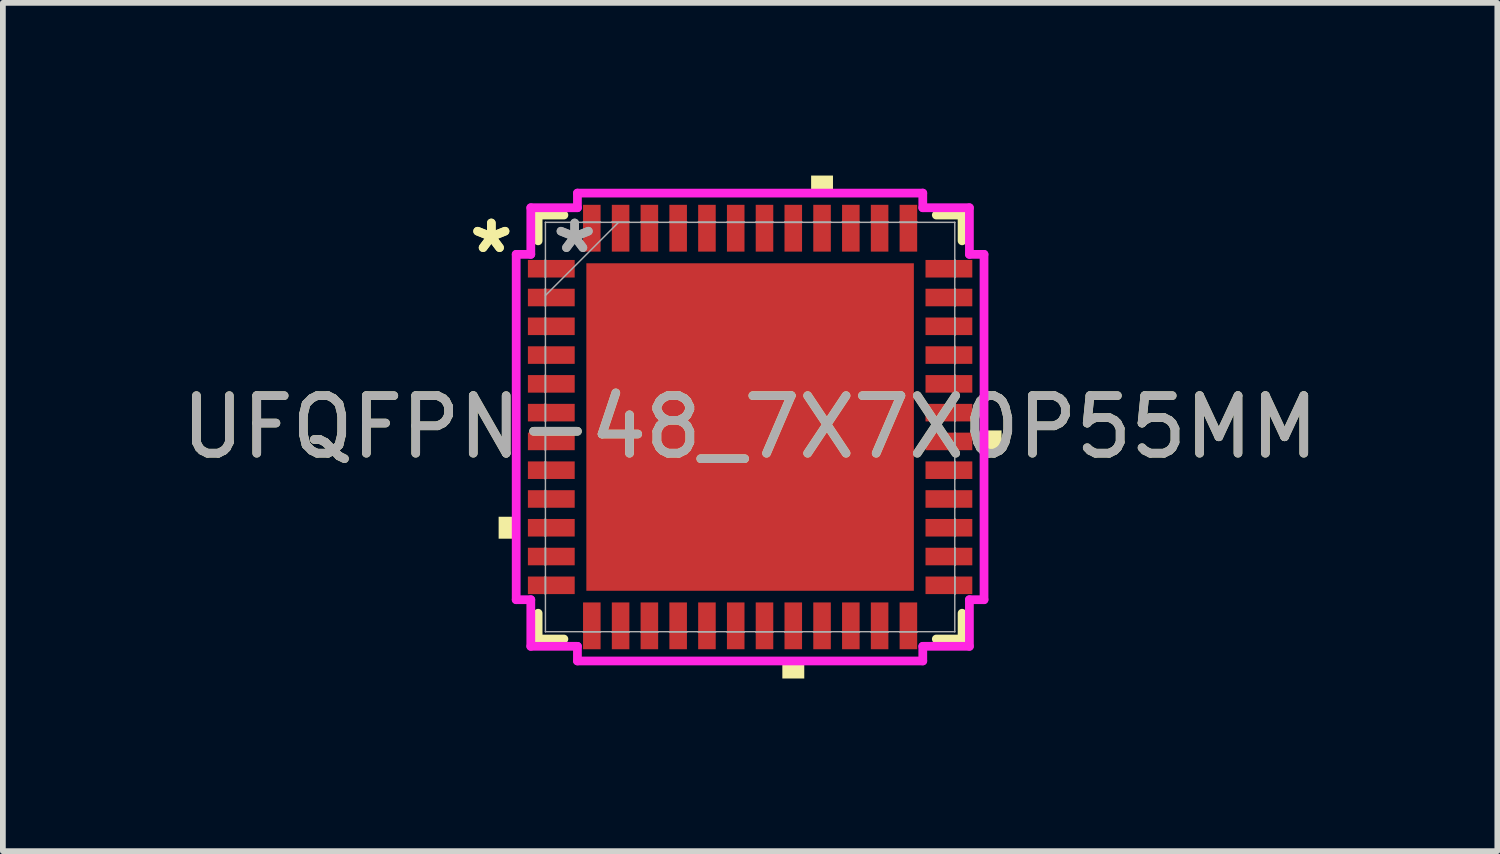
<source format=kicad_pcb>
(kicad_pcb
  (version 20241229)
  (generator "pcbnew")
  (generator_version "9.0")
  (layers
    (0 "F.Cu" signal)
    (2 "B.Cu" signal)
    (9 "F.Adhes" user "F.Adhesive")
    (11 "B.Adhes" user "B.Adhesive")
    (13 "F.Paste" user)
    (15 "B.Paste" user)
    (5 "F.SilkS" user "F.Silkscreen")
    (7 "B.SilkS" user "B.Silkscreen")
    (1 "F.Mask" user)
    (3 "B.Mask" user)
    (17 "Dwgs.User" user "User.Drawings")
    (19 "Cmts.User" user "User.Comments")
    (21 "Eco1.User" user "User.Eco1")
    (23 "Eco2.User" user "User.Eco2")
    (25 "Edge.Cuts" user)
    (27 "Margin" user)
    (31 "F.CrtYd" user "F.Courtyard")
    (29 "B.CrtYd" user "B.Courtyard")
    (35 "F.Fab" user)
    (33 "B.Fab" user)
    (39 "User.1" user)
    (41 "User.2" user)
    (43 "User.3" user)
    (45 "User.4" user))
  (footprint "UFQFPN-48_7X7X0P55MM"
    (layer "F.Cu")
    (at 9.982 4.369)
    (property "Reference" "UFQFPN-48_7X7X0P55MM" (at 0 0 0) (unlocked yes) (layer "F.SilkS") (effects (font (size 1 1) (thickness 0.15))))
    (attr smd)
    (fp_line (start -3.683 -3.683) (end -3.683 -3.235) (stroke (width 0.152) (type solid)) (layer "F.SilkS"))
    (fp_line (start -3.683 3.235) (end -3.683 3.683) (stroke (width 0.152) (type solid)) (layer "F.SilkS"))
    (fp_line (start -3.683 3.683) (end -3.235 3.683) (stroke (width 0.152) (type solid)) (layer "F.SilkS"))
    (fp_line (start -3.235 -3.683) (end -3.683 -3.683) (stroke (width 0.152) (type solid)) (layer "F.SilkS"))
    (fp_line (start 3.235 3.683) (end 3.683 3.683) (stroke (width 0.152) (type solid)) (layer "F.SilkS"))
    (fp_line (start 3.683 -3.683) (end 3.235 -3.683) (stroke (width 0.152) (type solid)) (layer "F.SilkS"))
    (fp_line (start 3.683 -3.235) (end 3.683 -3.683) (stroke (width 0.152) (type solid)) (layer "F.SilkS"))
    (fp_line (start 3.683 3.683) (end 3.683 3.235) (stroke (width 0.152) (type solid)) (layer "F.SilkS"))
    (fp_poly (pts (xy -4.369 1.559) (xy -4.369 1.94) (xy -4.115 1.94) (xy -4.115 1.559)) (stroke (width 0) (type solid)) (fill yes) (layer "F.SilkS"))
    (fp_poly (pts (xy 0.56 4.115) (xy 0.56 4.369) (xy 0.941 4.369) (xy 0.941 4.115)) (stroke (width 0) (type solid)) (fill yes) (layer "F.SilkS"))
    (fp_poly (pts (xy 1.06 -4.115) (xy 1.06 -4.369) (xy 1.44 -4.369) (xy 1.44 -4.115)) (stroke (width 0) (type solid)) (fill yes) (layer "F.SilkS"))
    (fp_poly (pts (xy 4.369 0.059) (xy 4.369 0.441) (xy 4.115 0.441) (xy 4.115 0.059)) (stroke (width 0) (type solid)) (fill yes) (layer "F.SilkS"))
    (fp_poly (pts (xy -2.745 -2.745) (xy -2.745 -1.522) (xy -1.522 -1.522) (xy -1.522 -2.745)) (stroke (width 0) (type solid)) (fill yes) (layer "F.Paste"))
    (fp_poly (pts (xy -2.745 -1.322) (xy -2.745 -0.1) (xy -1.522 -0.1) (xy -1.522 -1.322)) (stroke (width 0) (type solid)) (fill yes) (layer "F.Paste"))
    (fp_poly (pts (xy -2.745 0.1) (xy -2.745 1.322) (xy -1.522 1.322) (xy -1.522 0.1)) (stroke (width 0) (type solid)) (fill yes) (layer "F.Paste"))
    (fp_poly (pts (xy -2.745 1.522) (xy -2.745 2.745) (xy -1.522 2.745) (xy -1.522 1.522)) (stroke (width 0) (type solid)) (fill yes) (layer "F.Paste"))
    (fp_poly (pts (xy -1.322 -2.745) (xy -1.322 -1.522) (xy -0.1 -1.522) (xy -0.1 -2.745)) (stroke (width 0) (type solid)) (fill yes) (layer "F.Paste"))
    (fp_poly (pts (xy -1.322 -1.322) (xy -1.322 -0.1) (xy -0.1 -0.1) (xy -0.1 -1.322)) (stroke (width 0) (type solid)) (fill yes) (layer "F.Paste"))
    (fp_poly (pts (xy -1.322 0.1) (xy -1.322 1.322) (xy -0.1 1.322) (xy -0.1 0.1)) (stroke (width 0) (type solid)) (fill yes) (layer "F.Paste"))
    (fp_poly (pts (xy -1.322 1.522) (xy -1.322 2.745) (xy -0.1 2.745) (xy -0.1 1.522)) (stroke (width 0) (type solid)) (fill yes) (layer "F.Paste"))
    (fp_poly (pts (xy 0.1 -2.745) (xy 0.1 -1.522) (xy 1.322 -1.522) (xy 1.322 -2.745)) (stroke (width 0) (type solid)) (fill yes) (layer "F.Paste"))
    (fp_poly (pts (xy 0.1 -1.322) (xy 0.1 -0.1) (xy 1.322 -0.1) (xy 1.322 -1.322)) (stroke (width 0) (type solid)) (fill yes) (layer "F.Paste"))
    (fp_poly (pts (xy 0.1 0.1) (xy 0.1 1.322) (xy 1.322 1.322) (xy 1.322 0.1)) (stroke (width 0) (type solid)) (fill yes) (layer "F.Paste"))
    (fp_poly (pts (xy 0.1 1.522) (xy 0.1 2.745) (xy 1.322 2.745) (xy 1.322 1.522)) (stroke (width 0) (type solid)) (fill yes) (layer "F.Paste"))
    (fp_poly (pts (xy 1.522 -2.745) (xy 1.522 -1.522) (xy 2.745 -1.522) (xy 2.745 -2.745)) (stroke (width 0) (type solid)) (fill yes) (layer "F.Paste"))
    (fp_poly (pts (xy 1.522 -1.322) (xy 1.522 -0.1) (xy 2.745 -0.1) (xy 2.745 -1.322)) (stroke (width 0) (type solid)) (fill yes) (layer "F.Paste"))
    (fp_poly (pts (xy 1.522 0.1) (xy 1.522 1.322) (xy 2.745 1.322) (xy 2.745 0.1)) (stroke (width 0) (type solid)) (fill yes) (layer "F.Paste"))
    (fp_poly (pts (xy 1.522 1.522) (xy 1.522 2.745) (xy 2.745 2.745) (xy 2.745 1.522)) (stroke (width 0) (type solid)) (fill yes) (layer "F.Paste"))
    (fp_line (start -4.064 -3) (end -3.81 -3) (stroke (width 0.152) (type solid)) (layer "F.CrtYd"))
    (fp_line (start -4.064 3) (end -4.064 -3) (stroke (width 0.152) (type solid)) (layer "F.CrtYd"))
    (fp_line (start -3.81 -3.81) (end -3 -3.81) (stroke (width 0.152) (type solid)) (layer "F.CrtYd"))
    (fp_line (start -3.81 -3) (end -3.81 -3.81) (stroke (width 0.152) (type solid)) (layer "F.CrtYd"))
    (fp_line (start -3.81 3) (end -4.064 3) (stroke (width 0.152) (type solid)) (layer "F.CrtYd"))
    (fp_line (start -3.81 3.81) (end -3.81 3) (stroke (width 0.152) (type solid)) (layer "F.CrtYd"))
    (fp_line (start -3 -4.064) (end 3 -4.064) (stroke (width 0.152) (type solid)) (layer "F.CrtYd"))
    (fp_line (start -3 -3.81) (end -3 -4.064) (stroke (width 0.152) (type solid)) (layer "F.CrtYd"))
    (fp_line (start -3 3.81) (end -3.81 3.81) (stroke (width 0.152) (type solid)) (layer "F.CrtYd"))
    (fp_line (start -3 4.064) (end -3 3.81) (stroke (width 0.152) (type solid)) (layer "F.CrtYd"))
    (fp_line (start 3 -4.064) (end 3 -3.81) (stroke (width 0.152) (type solid)) (layer "F.CrtYd"))
    (fp_line (start 3 -3.81) (end 3.81 -3.81) (stroke (width 0.152) (type solid)) (layer "F.CrtYd"))
    (fp_line (start 3 3.81) (end 3 4.064) (stroke (width 0.152) (type solid)) (layer "F.CrtYd"))
    (fp_line (start 3 4.064) (end -3 4.064) (stroke (width 0.152) (type solid)) (layer "F.CrtYd"))
    (fp_line (start 3.81 -3.81) (end 3.81 -3) (stroke (width 0.152) (type solid)) (layer "F.CrtYd"))
    (fp_line (start 3.81 -3) (end 4.064 -3) (stroke (width 0.152) (type solid)) (layer "F.CrtYd"))
    (fp_line (start 3.81 3) (end 3.81 3.81) (stroke (width 0.152) (type solid)) (layer "F.CrtYd"))
    (fp_line (start 3.81 3.81) (end 3 3.81) (stroke (width 0.152) (type solid)) (layer "F.CrtYd"))
    (fp_line (start 4.064 -3) (end 4.064 3) (stroke (width 0.152) (type solid)) (layer "F.CrtYd"))
    (fp_line (start 4.064 3) (end 3.81 3) (stroke (width 0.152) (type solid)) (layer "F.CrtYd"))
    (fp_line (start -3.556 -3.556) (end -3.556 -3.556) (stroke (width 0.025) (type solid)) (layer "F.Fab"))
    (fp_line (start -3.556 -3.556) (end -3.556 3.556) (stroke (width 0.025) (type solid)) (layer "F.Fab"))
    (fp_line (start -3.556 -2.902) (end -3.556 -2.902) (stroke (width 0.025) (type solid)) (layer "F.Fab"))
    (fp_line (start -3.556 -2.902) (end -3.556 -2.598) (stroke (width 0.025) (type solid)) (layer "F.Fab"))
    (fp_line (start -3.556 -2.598) (end -3.556 -2.902) (stroke (width 0.025) (type solid)) (layer "F.Fab"))
    (fp_line (start -3.556 -2.598) (end -3.556 -2.598) (stroke (width 0.025) (type solid)) (layer "F.Fab"))
    (fp_line (start -3.556 -2.402) (end -3.556 -2.402) (stroke (width 0.025) (type solid)) (layer "F.Fab"))
    (fp_line (start -3.556 -2.402) (end -3.556 -2.098) (stroke (width 0.025) (type solid)) (layer "F.Fab"))
    (fp_line (start -3.556 -2.286) (end -2.286 -3.556) (stroke (width 0.025) (type solid)) (layer "F.Fab"))
    (fp_line (start -3.556 -2.098) (end -3.556 -2.402) (stroke (width 0.025) (type solid)) (layer "F.Fab"))
    (fp_line (start -3.556 -2.098) (end -3.556 -2.098) (stroke (width 0.025) (type solid)) (layer "F.Fab"))
    (fp_line (start -3.556 -1.902) (end -3.556 -1.902) (stroke (width 0.025) (type solid)) (layer "F.Fab"))
    (fp_line (start -3.556 -1.902) (end -3.556 -1.598) (stroke (width 0.025) (type solid)) (layer "F.Fab"))
    (fp_line (start -3.556 -1.598) (end -3.556 -1.902) (stroke (width 0.025) (type solid)) (layer "F.Fab"))
    (fp_line (start -3.556 -1.598) (end -3.556 -1.598) (stroke (width 0.025) (type solid)) (layer "F.Fab"))
    (fp_line (start -3.556 -1.402) (end -3.556 -1.402) (stroke (width 0.025) (type solid)) (layer "F.Fab"))
    (fp_line (start -3.556 -1.402) (end -3.556 -1.098) (stroke (width 0.025) (type solid)) (layer "F.Fab"))
    (fp_line (start -3.556 -1.098) (end -3.556 -1.402) (stroke (width 0.025) (type solid)) (layer "F.Fab"))
    (fp_line (start -3.556 -1.098) (end -3.556 -1.098) (stroke (width 0.025) (type solid)) (layer "F.Fab"))
    (fp_line (start -3.556 -0.902) (end -3.556 -0.902) (stroke (width 0.025) (type solid)) (layer "F.Fab"))
    (fp_line (start -3.556 -0.902) (end -3.556 -0.598) (stroke (width 0.025) (type solid)) (layer "F.Fab"))
    (fp_line (start -3.556 -0.598) (end -3.556 -0.902) (stroke (width 0.025) (type solid)) (layer "F.Fab"))
    (fp_line (start -3.556 -0.598) (end -3.556 -0.598) (stroke (width 0.025) (type solid)) (layer "F.Fab"))
    (fp_line (start -3.556 -0.402) (end -3.556 -0.402) (stroke (width 0.025) (type solid)) (layer "F.Fab"))
    (fp_line (start -3.556 -0.402) (end -3.556 -0.098) (stroke (width 0.025) (type solid)) (layer "F.Fab"))
    (fp_line (start -3.556 -0.098) (end -3.556 -0.402) (stroke (width 0.025) (type solid)) (layer "F.Fab"))
    (fp_line (start -3.556 -0.098) (end -3.556 -0.098) (stroke (width 0.025) (type solid)) (layer "F.Fab"))
    (fp_line (start -3.556 0.098) (end -3.556 0.098) (stroke (width 0.025) (type solid)) (layer "F.Fab"))
    (fp_line (start -3.556 0.098) (end -3.556 0.402) (stroke (width 0.025) (type solid)) (layer "F.Fab"))
    (fp_line (start -3.556 0.402) (end -3.556 0.098) (stroke (width 0.025) (type solid)) (layer "F.Fab"))
    (fp_line (start -3.556 0.402) (end -3.556 0.402) (stroke (width 0.025) (type solid)) (layer "F.Fab"))
    (fp_line (start -3.556 0.598) (end -3.556 0.598) (stroke (width 0.025) (type solid)) (layer "F.Fab"))
    (fp_line (start -3.556 0.598) (end -3.556 0.902) (stroke (width 0.025) (type solid)) (layer "F.Fab"))
    (fp_line (start -3.556 0.902) (end -3.556 0.598) (stroke (width 0.025) (type solid)) (layer "F.Fab"))
    (fp_line (start -3.556 0.902) (end -3.556 0.902) (stroke (width 0.025) (type solid)) (layer "F.Fab"))
    (fp_line (start -3.556 1.098) (end -3.556 1.098) (stroke (width 0.025) (type solid)) (layer "F.Fab"))
    (fp_line (start -3.556 1.098) (end -3.556 1.402) (stroke (width 0.025) (type solid)) (layer "F.Fab"))
    (fp_line (start -3.556 1.402) (end -3.556 1.098) (stroke (width 0.025) (type solid)) (layer "F.Fab"))
    (fp_line (start -3.556 1.402) (end -3.556 1.402) (stroke (width 0.025) (type solid)) (layer "F.Fab"))
    (fp_line (start -3.556 1.598) (end -3.556 1.598) (stroke (width 0.025) (type solid)) (layer "F.Fab"))
    (fp_line (start -3.556 1.598) (end -3.556 1.902) (stroke (width 0.025) (type solid)) (layer "F.Fab"))
    (fp_line (start -3.556 1.902) (end -3.556 1.598) (stroke (width 0.025) (type solid)) (layer "F.Fab"))
    (fp_line (start -3.556 1.902) (end -3.556 1.902) (stroke (width 0.025) (type solid)) (layer "F.Fab"))
    (fp_line (start -3.556 2.098) (end -3.556 2.098) (stroke (width 0.025) (type solid)) (layer "F.Fab"))
    (fp_line (start -3.556 2.098) (end -3.556 2.402) (stroke (width 0.025) (type solid)) (layer "F.Fab"))
    (fp_line (start -3.556 2.402) (end -3.556 2.098) (stroke (width 0.025) (type solid)) (layer "F.Fab"))
    (fp_line (start -3.556 2.402) (end -3.556 2.402) (stroke (width 0.025) (type solid)) (layer "F.Fab"))
    (fp_line (start -3.556 2.598) (end -3.556 2.598) (stroke (width 0.025) (type solid)) (layer "F.Fab"))
    (fp_line (start -3.556 2.598) (end -3.556 2.902) (stroke (width 0.025) (type solid)) (layer "F.Fab"))
    (fp_line (start -3.556 2.902) (end -3.556 2.598) (stroke (width 0.025) (type solid)) (layer "F.Fab"))
    (fp_line (start -3.556 2.902) (end -3.556 2.902) (stroke (width 0.025) (type solid)) (layer "F.Fab"))
    (fp_line (start -3.556 3.556) (end -3.556 3.556) (stroke (width 0.025) (type solid)) (layer "F.Fab"))
    (fp_line (start -3.556 3.556) (end 3.556 3.556) (stroke (width 0.025) (type solid)) (layer "F.Fab"))
    (fp_line (start -2.902 -3.556) (end -2.902 -3.556) (stroke (width 0.025) (type solid)) (layer "F.Fab"))
    (fp_line (start -2.902 -3.556) (end -2.598 -3.556) (stroke (width 0.025) (type solid)) (layer "F.Fab"))
    (fp_line (start -2.902 3.556) (end -2.902 3.556) (stroke (width 0.025) (type solid)) (layer "F.Fab"))
    (fp_line (start -2.902 3.556) (end -2.598 3.556) (stroke (width 0.025) (type solid)) (layer "F.Fab"))
    (fp_line (start -2.598 -3.556) (end -2.902 -3.556) (stroke (width 0.025) (type solid)) (layer "F.Fab"))
    (fp_line (start -2.598 -3.556) (end -2.598 -3.556) (stroke (width 0.025) (type solid)) (layer "F.Fab"))
    (fp_line (start -2.598 3.556) (end -2.902 3.556) (stroke (width 0.025) (type solid)) (layer "F.Fab"))
    (fp_line (start -2.598 3.556) (end -2.598 3.556) (stroke (width 0.025) (type solid)) (layer "F.Fab"))
    (fp_line (start -2.402 -3.556) (end -2.402 -3.556) (stroke (width 0.025) (type solid)) (layer "F.Fab"))
    (fp_line (start -2.402 -3.556) (end -2.098 -3.556) (stroke (width 0.025) (type solid)) (layer "F.Fab"))
    (fp_line (start -2.402 3.556) (end -2.402 3.556) (stroke (width 0.025) (type solid)) (layer "F.Fab"))
    (fp_line (start -2.402 3.556) (end -2.098 3.556) (stroke (width 0.025) (type solid)) (layer "F.Fab"))
    (fp_line (start -2.098 -3.556) (end -2.402 -3.556) (stroke (width 0.025) (type solid)) (layer "F.Fab"))
    (fp_line (start -2.098 -3.556) (end -2.098 -3.556) (stroke (width 0.025) (type solid)) (layer "F.Fab"))
    (fp_line (start -2.098 3.556) (end -2.402 3.556) (stroke (width 0.025) (type solid)) (layer "F.Fab"))
    (fp_line (start -2.098 3.556) (end -2.098 3.556) (stroke (width 0.025) (type solid)) (layer "F.Fab"))
    (fp_line (start -1.902 -3.556) (end -1.902 -3.556) (stroke (width 0.025) (type solid)) (layer "F.Fab"))
    (fp_line (start -1.902 -3.556) (end -1.598 -3.556) (stroke (width 0.025) (type solid)) (layer "F.Fab"))
    (fp_line (start -1.902 3.556) (end -1.902 3.556) (stroke (width 0.025) (type solid)) (layer "F.Fab"))
    (fp_line (start -1.902 3.556) (end -1.598 3.556) (stroke (width 0.025) (type solid)) (layer "F.Fab"))
    (fp_line (start -1.598 -3.556) (end -1.902 -3.556) (stroke (width 0.025) (type solid)) (layer "F.Fab"))
    (fp_line (start -1.598 -3.556) (end -1.598 -3.556) (stroke (width 0.025) (type solid)) (layer "F.Fab"))
    (fp_line (start -1.598 3.556) (end -1.902 3.556) (stroke (width 0.025) (type solid)) (layer "F.Fab"))
    (fp_line (start -1.598 3.556) (end -1.598 3.556) (stroke (width 0.025) (type solid)) (layer "F.Fab"))
    (fp_line (start -1.402 -3.556) (end -1.402 -3.556) (stroke (width 0.025) (type solid)) (layer "F.Fab"))
    (fp_line (start -1.402 -3.556) (end -1.098 -3.556) (stroke (width 0.025) (type solid)) (layer "F.Fab"))
    (fp_line (start -1.402 3.556) (end -1.402 3.556) (stroke (width 0.025) (type solid)) (layer "F.Fab"))
    (fp_line (start -1.402 3.556) (end -1.098 3.556) (stroke (width 0.025) (type solid)) (layer "F.Fab"))
    (fp_line (start -1.098 -3.556) (end -1.402 -3.556) (stroke (width 0.025) (type solid)) (layer "F.Fab"))
    (fp_line (start -1.098 -3.556) (end -1.098 -3.556) (stroke (width 0.025) (type solid)) (layer "F.Fab"))
    (fp_line (start -1.098 3.556) (end -1.402 3.556) (stroke (width 0.025) (type solid)) (layer "F.Fab"))
    (fp_line (start -1.098 3.556) (end -1.098 3.556) (stroke (width 0.025) (type solid)) (layer "F.Fab"))
    (fp_line (start -0.902 -3.556) (end -0.902 -3.556) (stroke (width 0.025) (type solid)) (layer "F.Fab"))
    (fp_line (start -0.902 -3.556) (end -0.598 -3.556) (stroke (width 0.025) (type solid)) (layer "F.Fab"))
    (fp_line (start -0.902 3.556) (end -0.902 3.556) (stroke (width 0.025) (type solid)) (layer "F.Fab"))
    (fp_line (start -0.902 3.556) (end -0.598 3.556) (stroke (width 0.025) (type solid)) (layer "F.Fab"))
    (fp_line (start -0.598 -3.556) (end -0.902 -3.556) (stroke (width 0.025) (type solid)) (layer "F.Fab"))
    (fp_line (start -0.598 -3.556) (end -0.598 -3.556) (stroke (width 0.025) (type solid)) (layer "F.Fab"))
    (fp_line (start -0.598 3.556) (end -0.902 3.556) (stroke (width 0.025) (type solid)) (layer "F.Fab"))
    (fp_line (start -0.598 3.556) (end -0.598 3.556) (stroke (width 0.025) (type solid)) (layer "F.Fab"))
    (fp_line (start -0.402 -3.556) (end -0.402 -3.556) (stroke (width 0.025) (type solid)) (layer "F.Fab"))
    (fp_line (start -0.402 -3.556) (end -0.098 -3.556) (stroke (width 0.025) (type solid)) (layer "F.Fab"))
    (fp_line (start -0.402 3.556) (end -0.402 3.556) (stroke (width 0.025) (type solid)) (layer "F.Fab"))
    (fp_line (start -0.402 3.556) (end -0.098 3.556) (stroke (width 0.025) (type solid)) (layer "F.Fab"))
    (fp_line (start -0.098 -3.556) (end -0.402 -3.556) (stroke (width 0.025) (type solid)) (layer "F.Fab"))
    (fp_line (start -0.098 -3.556) (end -0.098 -3.556) (stroke (width 0.025) (type solid)) (layer "F.Fab"))
    (fp_line (start -0.098 3.556) (end -0.402 3.556) (stroke (width 0.025) (type solid)) (layer "F.Fab"))
    (fp_line (start -0.098 3.556) (end -0.098 3.556) (stroke (width 0.025) (type solid)) (layer "F.Fab"))
    (fp_line (start 0.098 -3.556) (end 0.098 -3.556) (stroke (width 0.025) (type solid)) (layer "F.Fab"))
    (fp_line (start 0.098 -3.556) (end 0.402 -3.556) (stroke (width 0.025) (type solid)) (layer "F.Fab"))
    (fp_line (start 0.098 3.556) (end 0.098 3.556) (stroke (width 0.025) (type solid)) (layer "F.Fab"))
    (fp_line (start 0.098 3.556) (end 0.402 3.556) (stroke (width 0.025) (type solid)) (layer "F.Fab"))
    (fp_line (start 0.402 -3.556) (end 0.098 -3.556) (stroke (width 0.025) (type solid)) (layer "F.Fab"))
    (fp_line (start 0.402 -3.556) (end 0.402 -3.556) (stroke (width 0.025) (type solid)) (layer "F.Fab"))
    (fp_line (start 0.402 3.556) (end 0.098 3.556) (stroke (width 0.025) (type solid)) (layer "F.Fab"))
    (fp_line (start 0.402 3.556) (end 0.402 3.556) (stroke (width 0.025) (type solid)) (layer "F.Fab"))
    (fp_line (start 0.598 -3.556) (end 0.598 -3.556) (stroke (width 0.025) (type solid)) (layer "F.Fab"))
    (fp_line (start 0.598 -3.556) (end 0.902 -3.556) (stroke (width 0.025) (type solid)) (layer "F.Fab"))
    (fp_line (start 0.598 3.556) (end 0.598 3.556) (stroke (width 0.025) (type solid)) (layer "F.Fab"))
    (fp_line (start 0.598 3.556) (end 0.902 3.556) (stroke (width 0.025) (type solid)) (layer "F.Fab"))
    (fp_line (start 0.902 -3.556) (end 0.598 -3.556) (stroke (width 0.025) (type solid)) (layer "F.Fab"))
    (fp_line (start 0.902 -3.556) (end 0.902 -3.556) (stroke (width 0.025) (type solid)) (layer "F.Fab"))
    (fp_line (start 0.902 3.556) (end 0.598 3.556) (stroke (width 0.025) (type solid)) (layer "F.Fab"))
    (fp_line (start 0.902 3.556) (end 0.902 3.556) (stroke (width 0.025) (type solid)) (layer "F.Fab"))
    (fp_line (start 1.098 -3.556) (end 1.098 -3.556) (stroke (width 0.025) (type solid)) (layer "F.Fab"))
    (fp_line (start 1.098 -3.556) (end 1.402 -3.556) (stroke (width 0.025) (type solid)) (layer "F.Fab"))
    (fp_line (start 1.098 3.556) (end 1.098 3.556) (stroke (width 0.025) (type solid)) (layer "F.Fab"))
    (fp_line (start 1.098 3.556) (end 1.402 3.556) (stroke (width 0.025) (type solid)) (layer "F.Fab"))
    (fp_line (start 1.402 -3.556) (end 1.098 -3.556) (stroke (width 0.025) (type solid)) (layer "F.Fab"))
    (fp_line (start 1.402 -3.556) (end 1.402 -3.556) (stroke (width 0.025) (type solid)) (layer "F.Fab"))
    (fp_line (start 1.402 3.556) (end 1.098 3.556) (stroke (width 0.025) (type solid)) (layer "F.Fab"))
    (fp_line (start 1.402 3.556) (end 1.402 3.556) (stroke (width 0.025) (type solid)) (layer "F.Fab"))
    (fp_line (start 1.598 -3.556) (end 1.598 -3.556) (stroke (width 0.025) (type solid)) (layer "F.Fab"))
    (fp_line (start 1.598 -3.556) (end 1.902 -3.556) (stroke (width 0.025) (type solid)) (layer "F.Fab"))
    (fp_line (start 1.598 3.556) (end 1.598 3.556) (stroke (width 0.025) (type solid)) (layer "F.Fab"))
    (fp_line (start 1.598 3.556) (end 1.902 3.556) (stroke (width 0.025) (type solid)) (layer "F.Fab"))
    (fp_line (start 1.902 -3.556) (end 1.598 -3.556) (stroke (width 0.025) (type solid)) (layer "F.Fab"))
    (fp_line (start 1.902 -3.556) (end 1.902 -3.556) (stroke (width 0.025) (type solid)) (layer "F.Fab"))
    (fp_line (start 1.902 3.556) (end 1.598 3.556) (stroke (width 0.025) (type solid)) (layer "F.Fab"))
    (fp_line (start 1.902 3.556) (end 1.902 3.556) (stroke (width 0.025) (type solid)) (layer "F.Fab"))
    (fp_line (start 2.098 -3.556) (end 2.098 -3.556) (stroke (width 0.025) (type solid)) (layer "F.Fab"))
    (fp_line (start 2.098 -3.556) (end 2.402 -3.556) (stroke (width 0.025) (type solid)) (layer "F.Fab"))
    (fp_line (start 2.098 3.556) (end 2.098 3.556) (stroke (width 0.025) (type solid)) (layer "F.Fab"))
    (fp_line (start 2.098 3.556) (end 2.402 3.556) (stroke (width 0.025) (type solid)) (layer "F.Fab"))
    (fp_line (start 2.402 -3.556) (end 2.098 -3.556) (stroke (width 0.025) (type solid)) (layer "F.Fab"))
    (fp_line (start 2.402 -3.556) (end 2.402 -3.556) (stroke (width 0.025) (type solid)) (layer "F.Fab"))
    (fp_line (start 2.402 3.556) (end 2.098 3.556) (stroke (width 0.025) (type solid)) (layer "F.Fab"))
    (fp_line (start 2.402 3.556) (end 2.402 3.556) (stroke (width 0.025) (type solid)) (layer "F.Fab"))
    (fp_line (start 2.598 -3.556) (end 2.598 -3.556) (stroke (width 0.025) (type solid)) (layer "F.Fab"))
    (fp_line (start 2.598 -3.556) (end 2.902 -3.556) (stroke (width 0.025) (type solid)) (layer "F.Fab"))
    (fp_line (start 2.598 3.556) (end 2.598 3.556) (stroke (width 0.025) (type solid)) (layer "F.Fab"))
    (fp_line (start 2.598 3.556) (end 2.902 3.556) (stroke (width 0.025) (type solid)) (layer "F.Fab"))
    (fp_line (start 2.902 -3.556) (end 2.598 -3.556) (stroke (width 0.025) (type solid)) (layer "F.Fab"))
    (fp_line (start 2.902 -3.556) (end 2.902 -3.556) (stroke (width 0.025) (type solid)) (layer "F.Fab"))
    (fp_line (start 2.902 3.556) (end 2.598 3.556) (stroke (width 0.025) (type solid)) (layer "F.Fab"))
    (fp_line (start 2.902 3.556) (end 2.902 3.556) (stroke (width 0.025) (type solid)) (layer "F.Fab"))
    (fp_line (start 3.556 -3.556) (end -3.556 -3.556) (stroke (width 0.025) (type solid)) (layer "F.Fab"))
    (fp_line (start 3.556 -3.556) (end 3.556 -3.556) (stroke (width 0.025) (type solid)) (layer "F.Fab"))
    (fp_line (start 3.556 -2.902) (end 3.556 -2.902) (stroke (width 0.025) (type solid)) (layer "F.Fab"))
    (fp_line (start 3.556 -2.902) (end 3.556 -2.598) (stroke (width 0.025) (type solid)) (layer "F.Fab"))
    (fp_line (start 3.556 -2.598) (end 3.556 -2.902) (stroke (width 0.025) (type solid)) (layer "F.Fab"))
    (fp_line (start 3.556 -2.598) (end 3.556 -2.598) (stroke (width 0.025) (type solid)) (layer "F.Fab"))
    (fp_line (start 3.556 -2.402) (end 3.556 -2.402) (stroke (width 0.025) (type solid)) (layer "F.Fab"))
    (fp_line (start 3.556 -2.402) (end 3.556 -2.098) (stroke (width 0.025) (type solid)) (layer "F.Fab"))
    (fp_line (start 3.556 -2.098) (end 3.556 -2.402) (stroke (width 0.025) (type solid)) (layer "F.Fab"))
    (fp_line (start 3.556 -2.098) (end 3.556 -2.098) (stroke (width 0.025) (type solid)) (layer "F.Fab"))
    (fp_line (start 3.556 -1.902) (end 3.556 -1.902) (stroke (width 0.025) (type solid)) (layer "F.Fab"))
    (fp_line (start 3.556 -1.902) (end 3.556 -1.598) (stroke (width 0.025) (type solid)) (layer "F.Fab"))
    (fp_line (start 3.556 -1.598) (end 3.556 -1.902) (stroke (width 0.025) (type solid)) (layer "F.Fab"))
    (fp_line (start 3.556 -1.598) (end 3.556 -1.598) (stroke (width 0.025) (type solid)) (layer "F.Fab"))
    (fp_line (start 3.556 -1.402) (end 3.556 -1.402) (stroke (width 0.025) (type solid)) (layer "F.Fab"))
    (fp_line (start 3.556 -1.402) (end 3.556 -1.098) (stroke (width 0.025) (type solid)) (layer "F.Fab"))
    (fp_line (start 3.556 -1.098) (end 3.556 -1.402) (stroke (width 0.025) (type solid)) (layer "F.Fab"))
    (fp_line (start 3.556 -1.098) (end 3.556 -1.098) (stroke (width 0.025) (type solid)) (layer "F.Fab"))
    (fp_line (start 3.556 -0.902) (end 3.556 -0.902) (stroke (width 0.025) (type solid)) (layer "F.Fab"))
    (fp_line (start 3.556 -0.902) (end 3.556 -0.598) (stroke (width 0.025) (type solid)) (layer "F.Fab"))
    (fp_line (start 3.556 -0.598) (end 3.556 -0.902) (stroke (width 0.025) (type solid)) (layer "F.Fab"))
    (fp_line (start 3.556 -0.598) (end 3.556 -0.598) (stroke (width 0.025) (type solid)) (layer "F.Fab"))
    (fp_line (start 3.556 -0.402) (end 3.556 -0.402) (stroke (width 0.025) (type solid)) (layer "F.Fab"))
    (fp_line (start 3.556 -0.402) (end 3.556 -0.098) (stroke (width 0.025) (type solid)) (layer "F.Fab"))
    (fp_line (start 3.556 -0.098) (end 3.556 -0.402) (stroke (width 0.025) (type solid)) (layer "F.Fab"))
    (fp_line (start 3.556 -0.098) (end 3.556 -0.098) (stroke (width 0.025) (type solid)) (layer "F.Fab"))
    (fp_line (start 3.556 0.098) (end 3.556 0.098) (stroke (width 0.025) (type solid)) (layer "F.Fab"))
    (fp_line (start 3.556 0.098) (end 3.556 0.402) (stroke (width 0.025) (type solid)) (layer "F.Fab"))
    (fp_line (start 3.556 0.402) (end 3.556 0.098) (stroke (width 0.025) (type solid)) (layer "F.Fab"))
    (fp_line (start 3.556 0.402) (end 3.556 0.402) (stroke (width 0.025) (type solid)) (layer "F.Fab"))
    (fp_line (start 3.556 0.598) (end 3.556 0.598) (stroke (width 0.025) (type solid)) (layer "F.Fab"))
    (fp_line (start 3.556 0.598) (end 3.556 0.902) (stroke (width 0.025) (type solid)) (layer "F.Fab"))
    (fp_line (start 3.556 0.902) (end 3.556 0.598) (stroke (width 0.025) (type solid)) (layer "F.Fab"))
    (fp_line (start 3.556 0.902) (end 3.556 0.902) (stroke (width 0.025) (type solid)) (layer "F.Fab"))
    (fp_line (start 3.556 1.098) (end 3.556 1.098) (stroke (width 0.025) (type solid)) (layer "F.Fab"))
    (fp_line (start 3.556 1.098) (end 3.556 1.402) (stroke (width 0.025) (type solid)) (layer "F.Fab"))
    (fp_line (start 3.556 1.402) (end 3.556 1.098) (stroke (width 0.025) (type solid)) (layer "F.Fab"))
    (fp_line (start 3.556 1.402) (end 3.556 1.402) (stroke (width 0.025) (type solid)) (layer "F.Fab"))
    (fp_line (start 3.556 1.598) (end 3.556 1.598) (stroke (width 0.025) (type solid)) (layer "F.Fab"))
    (fp_line (start 3.556 1.598) (end 3.556 1.902) (stroke (width 0.025) (type solid)) (layer "F.Fab"))
    (fp_line (start 3.556 1.902) (end 3.556 1.598) (stroke (width 0.025) (type solid)) (layer "F.Fab"))
    (fp_line (start 3.556 1.902) (end 3.556 1.902) (stroke (width 0.025) (type solid)) (layer "F.Fab"))
    (fp_line (start 3.556 2.098) (end 3.556 2.098) (stroke (width 0.025) (type solid)) (layer "F.Fab"))
    (fp_line (start 3.556 2.098) (end 3.556 2.402) (stroke (width 0.025) (type solid)) (layer "F.Fab"))
    (fp_line (start 3.556 2.402) (end 3.556 2.098) (stroke (width 0.025) (type solid)) (layer "F.Fab"))
    (fp_line (start 3.556 2.402) (end 3.556 2.402) (stroke (width 0.025) (type solid)) (layer "F.Fab"))
    (fp_line (start 3.556 2.598) (end 3.556 2.598) (stroke (width 0.025) (type solid)) (layer "F.Fab"))
    (fp_line (start 3.556 2.598) (end 3.556 2.902) (stroke (width 0.025) (type solid)) (layer "F.Fab"))
    (fp_line (start 3.556 2.902) (end 3.556 2.598) (stroke (width 0.025) (type solid)) (layer "F.Fab"))
    (fp_line (start 3.556 2.902) (end 3.556 2.902) (stroke (width 0.025) (type solid)) (layer "F.Fab"))
    (fp_line (start 3.556 3.556) (end 3.556 -3.556) (stroke (width 0.025) (type solid)) (layer "F.Fab"))
    (fp_line (start 3.556 3.556) (end 3.556 3.556) (stroke (width 0.025) (type solid)) (layer "F.Fab"))
    (fp_text user "*" (at -4.496 -3 0) (layer "F.SilkS") (effects (font (size 1 1) (thickness 0.15))))
    (fp_text user "*" (at -4.496 -3 0) (unlocked yes) (layer "F.SilkS") (effects (font (size 1 1) (thickness 0.15))))
    (fp_text user "*" (at -3.048 -3 0) (layer "F.Fab") (effects (font (size 1 1) (thickness 0.15))))
    (fp_text user "${REFERENCE}" (at 0 0 0) (unlocked yes) (layer "F.Fab") (effects (font (size 1 1) (thickness 0.15))))
    (fp_text user "*" (at -3.048 -3 0) (unlocked yes) (layer "F.Fab") (effects (font (size 1 1) (thickness 0.15))))
    (pad "1" smd rect (at -3.454 -2.75 90) (size 0.305 0.813) (layers "F.Cu" "F.Mask" "F.Paste"))
    (pad "2" smd rect (at -3.454 -2.25 90) (size 0.305 0.813) (layers "F.Cu" "F.Mask" "F.Paste"))
    (pad "3" smd rect (at -3.454 -1.75 90) (size 0.305 0.813) (layers "F.Cu" "F.Mask" "F.Paste"))
    (pad "4" smd rect (at -3.454 -1.25 90) (size 0.305 0.813) (layers "F.Cu" "F.Mask" "F.Paste"))
    (pad "5" smd rect (at -3.454 -0.75 90) (size 0.305 0.813) (layers "F.Cu" "F.Mask" "F.Paste"))
    (pad "6" smd rect (at -3.454 -0.25 90) (size 0.305 0.813) (layers "F.Cu" "F.Mask" "F.Paste"))
    (pad "7" smd rect (at -3.454 0.25 90) (size 0.305 0.813) (layers "F.Cu" "F.Mask" "F.Paste"))
    (pad "8" smd rect (at -3.454 0.75 90) (size 0.305 0.813) (layers "F.Cu" "F.Mask" "F.Paste"))
    (pad "9" smd rect (at -3.454 1.25 90) (size 0.305 0.813) (layers "F.Cu" "F.Mask" "F.Paste"))
    (pad "10" smd rect (at -3.454 1.75 90) (size 0.305 0.813) (layers "F.Cu" "F.Mask" "F.Paste"))
    (pad "11" smd rect (at -3.454 2.25 90) (size 0.305 0.813) (layers "F.Cu" "F.Mask" "F.Paste"))
    (pad "12" smd rect (at -3.454 2.75 90) (size 0.305 0.813) (layers "F.Cu" "F.Mask" "F.Paste"))
    (pad "13" smd rect (at -2.75 3.454) (size 0.305 0.813) (layers "F.Cu" "F.Mask" "F.Paste"))
    (pad "14" smd rect (at -2.25 3.454) (size 0.305 0.813) (layers "F.Cu" "F.Mask" "F.Paste"))
    (pad "15" smd rect (at -1.75 3.454) (size 0.305 0.813) (layers "F.Cu" "F.Mask" "F.Paste"))
    (pad "16" smd rect (at -1.25 3.454) (size 0.305 0.813) (layers "F.Cu" "F.Mask" "F.Paste"))
    (pad "17" smd rect (at -0.75 3.454) (size 0.305 0.813) (layers "F.Cu" "F.Mask" "F.Paste"))
    (pad "18" smd rect (at -0.25 3.454) (size 0.305 0.813) (layers "F.Cu" "F.Mask" "F.Paste"))
    (pad "19" smd rect (at 0.25 3.454) (size 0.305 0.813) (layers "F.Cu" "F.Mask" "F.Paste"))
    (pad "20" smd rect (at 0.75 3.454) (size 0.305 0.813) (layers "F.Cu" "F.Mask" "F.Paste"))
    (pad "21" smd rect (at 1.25 3.454) (size 0.305 0.813) (layers "F.Cu" "F.Mask" "F.Paste"))
    (pad "22" smd rect (at 1.75 3.454) (size 0.305 0.813) (layers "F.Cu" "F.Mask" "F.Paste"))
    (pad "23" smd rect (at 2.25 3.454) (size 0.305 0.813) (layers "F.Cu" "F.Mask" "F.Paste"))
    (pad "24" smd rect (at 2.75 3.454) (size 0.305 0.813) (layers "F.Cu" "F.Mask" "F.Paste"))
    (pad "25" smd rect (at 3.454 2.75 90) (size 0.305 0.813) (layers "F.Cu" "F.Mask" "F.Paste"))
    (pad "26" smd rect (at 3.454 2.25 90) (size 0.305 0.813) (layers "F.Cu" "F.Mask" "F.Paste"))
    (pad "27" smd rect (at 3.454 1.75 90) (size 0.305 0.813) (layers "F.Cu" "F.Mask" "F.Paste"))
    (pad "28" smd rect (at 3.454 1.25 90) (size 0.305 0.813) (layers "F.Cu" "F.Mask" "F.Paste"))
    (pad "29" smd rect (at 3.454 0.75 90) (size 0.305 0.813) (layers "F.Cu" "F.Mask" "F.Paste"))
    (pad "30" smd rect (at 3.454 0.25 90) (size 0.305 0.813) (layers "F.Cu" "F.Mask" "F.Paste"))
    (pad "31" smd rect (at 3.454 -0.25 90) (size 0.305 0.813) (layers "F.Cu" "F.Mask" "F.Paste"))
    (pad "32" smd rect (at 3.454 -0.75 90) (size 0.305 0.813) (layers "F.Cu" "F.Mask" "F.Paste"))
    (pad "33" smd rect (at 3.454 -1.25 90) (size 0.305 0.813) (layers "F.Cu" "F.Mask" "F.Paste"))
    (pad "34" smd rect (at 3.454 -1.75 90) (size 0.305 0.813) (layers "F.Cu" "F.Mask" "F.Paste"))
    (pad "35" smd rect (at 3.454 -2.25 90) (size 0.305 0.813) (layers "F.Cu" "F.Mask" "F.Paste"))
    (pad "36" smd rect (at 3.454 -2.75 90) (size 0.305 0.813) (layers "F.Cu" "F.Mask" "F.Paste"))
    (pad "37" smd rect (at 2.75 -3.454) (size 0.305 0.813) (layers "F.Cu" "F.Mask" "F.Paste"))
    (pad "38" smd rect (at 2.25 -3.454) (size 0.305 0.813) (layers "F.Cu" "F.Mask" "F.Paste"))
    (pad "39" smd rect (at 1.75 -3.454) (size 0.305 0.813) (layers "F.Cu" "F.Mask" "F.Paste"))
    (pad "40" smd rect (at 1.25 -3.454) (size 0.305 0.813) (layers "F.Cu" "F.Mask" "F.Paste"))
    (pad "41" smd rect (at 0.75 -3.454) (size 0.305 0.813) (layers "F.Cu" "F.Mask" "F.Paste"))
    (pad "42" smd rect (at 0.25 -3.454) (size 0.305 0.813) (layers "F.Cu" "F.Mask" "F.Paste"))
    (pad "43" smd rect (at -0.25 -3.454) (size 0.305 0.813) (layers "F.Cu" "F.Mask" "F.Paste"))
    (pad "44" smd rect (at -0.75 -3.454) (size 0.305 0.813) (layers "F.Cu" "F.Mask" "F.Paste"))
    (pad "45" smd rect (at -1.25 -3.454) (size 0.305 0.813) (layers "F.Cu" "F.Mask" "F.Paste"))
    (pad "46" smd rect (at -1.75 -3.454) (size 0.305 0.813) (layers "F.Cu" "F.Mask" "F.Paste"))
    (pad "47" smd rect (at -2.25 -3.454) (size 0.305 0.813) (layers "F.Cu" "F.Mask" "F.Paste"))
    (pad "48" smd rect (at -2.75 -3.454) (size 0.305 0.813) (layers "F.Cu" "F.Mask" "F.Paste"))
    (pad "49" smd rect (at 0 0) (size 5.69 5.69) (layers "F.Cu" "F.Mask")))
  (gr_rect
    (start -3 -3)
    (end 22.964 11.738)
    (stroke (width 0.1) (type default))
    (fill no)
    (layer "Edge.Cuts")))
</source>
